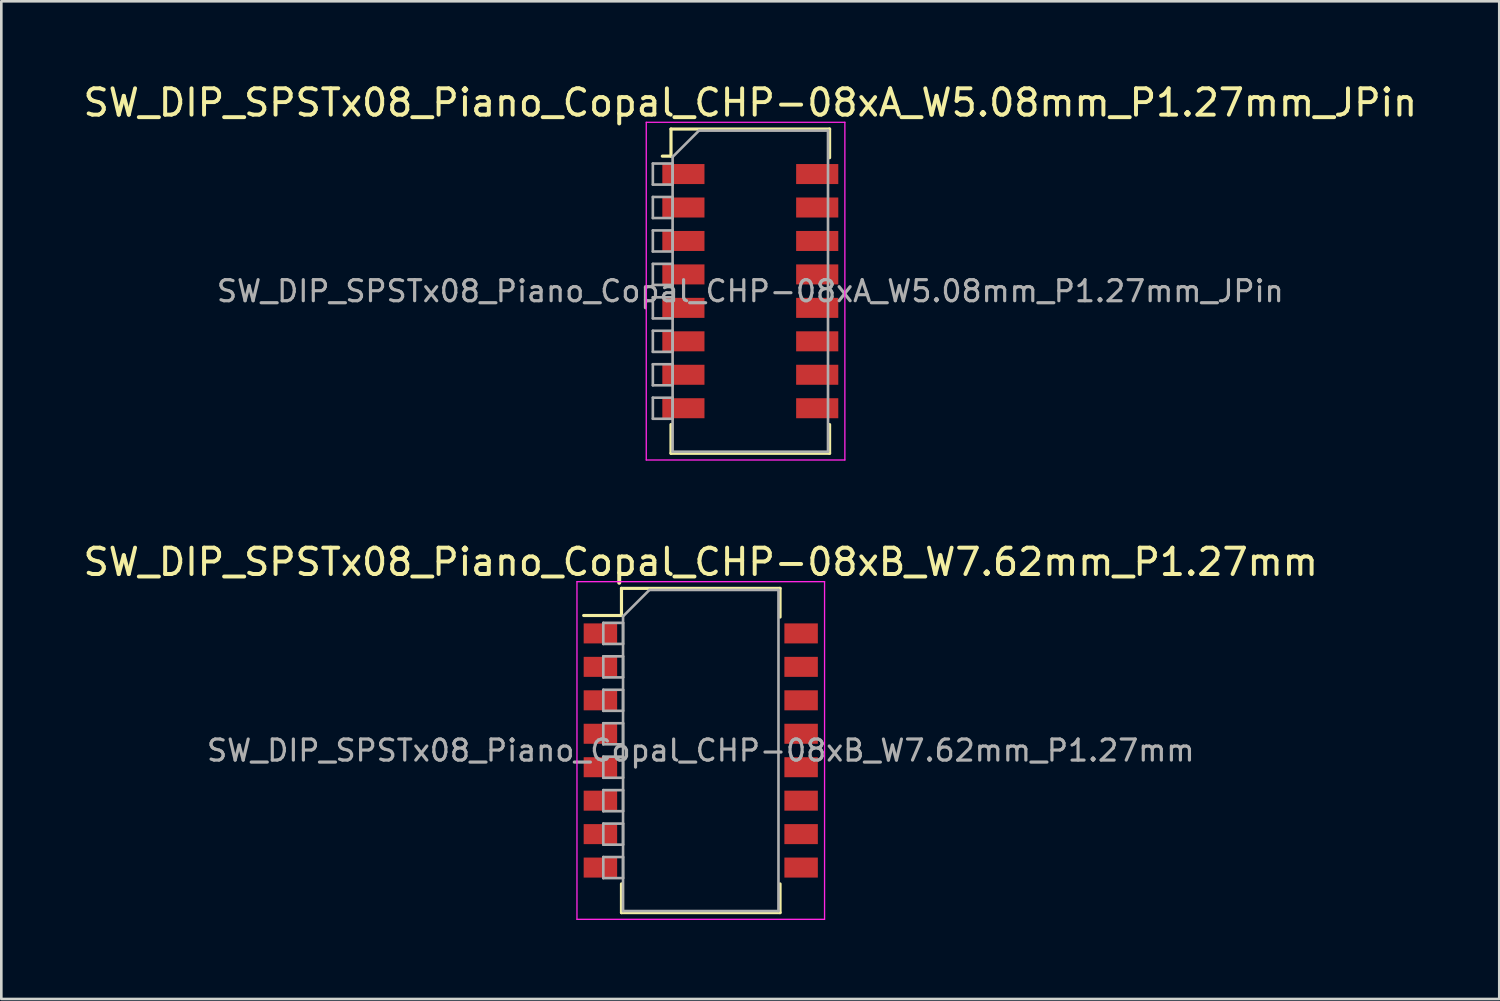
<source format=kicad_pcb>
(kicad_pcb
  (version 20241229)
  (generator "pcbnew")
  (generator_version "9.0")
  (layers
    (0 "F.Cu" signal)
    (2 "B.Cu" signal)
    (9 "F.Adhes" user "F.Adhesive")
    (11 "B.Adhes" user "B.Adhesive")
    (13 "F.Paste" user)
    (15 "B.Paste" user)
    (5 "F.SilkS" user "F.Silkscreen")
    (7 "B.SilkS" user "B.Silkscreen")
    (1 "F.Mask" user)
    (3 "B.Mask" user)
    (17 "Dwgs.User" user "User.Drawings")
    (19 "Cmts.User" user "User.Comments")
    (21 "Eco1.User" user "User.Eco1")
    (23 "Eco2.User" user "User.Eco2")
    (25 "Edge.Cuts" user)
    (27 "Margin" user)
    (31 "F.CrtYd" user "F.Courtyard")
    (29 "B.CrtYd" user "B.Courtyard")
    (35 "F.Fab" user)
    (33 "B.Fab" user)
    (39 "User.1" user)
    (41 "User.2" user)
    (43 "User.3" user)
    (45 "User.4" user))
  (footprint "SW_DIP_SPSTx08_Piano_Copal_CHP-08xB_W7.62mm_P1.27mm"
    (layer "F.Cu")
    (at 23.554 25.442)
    (property "Reference" "SW_DIP_SPSTx08_Piano_Copal_CHP-08xB_W7.62mm_P1.27mm" (at 0 -7.155 0) (layer "F.SilkS") (effects (font (size 1 1) (thickness 0.15))))
    (attr smd)
    (fp_line (start -4.445 -5.125) (end -3.01 -5.125) (stroke (width 0.12) (type solid)) (layer "F.SilkS"))
    (fp_line (start -3.01 -6.155) (end -3.01 -5.125) (stroke (width 0.12) (type solid)) (layer "F.SilkS"))
    (fp_line (start -3.01 -6.155) (end 3.01 -6.155) (stroke (width 0.12) (type solid)) (layer "F.SilkS"))
    (fp_line (start -3.01 5.065) (end -3.01 6.156) (stroke (width 0.12) (type solid)) (layer "F.SilkS"))
    (fp_line (start -3.01 6.156) (end 3.01 6.156) (stroke (width 0.12) (type solid)) (layer "F.SilkS"))
    (fp_line (start 3.01 -6.155) (end 3.01 -5.065) (stroke (width 0.12) (type solid)) (layer "F.SilkS"))
    (fp_line (start 3.01 5.065) (end 3.01 6.156) (stroke (width 0.12) (type solid)) (layer "F.SilkS"))
    (fp_line (start -4.7 -6.41) (end -4.7 6.41) (stroke (width 0.05) (type solid)) (layer "F.CrtYd"))
    (fp_line (start -4.7 6.41) (end 4.7 6.41) (stroke (width 0.05) (type solid)) (layer "F.CrtYd"))
    (fp_line (start 4.7 -6.41) (end -4.7 -6.41) (stroke (width 0.05) (type solid)) (layer "F.CrtYd"))
    (fp_line (start 4.7 6.41) (end 4.7 -6.41) (stroke (width 0.05) (type solid)) (layer "F.CrtYd"))
    (fp_line (start -3.7 -4.845) (end -2.95 -4.845) (stroke (width 0.1) (type solid)) (layer "F.Fab"))
    (fp_line (start -3.7 -4.045) (end -3.7 -4.845) (stroke (width 0.1) (type solid)) (layer "F.Fab"))
    (fp_line (start -3.7 -3.575) (end -2.95 -3.575) (stroke (width 0.1) (type solid)) (layer "F.Fab"))
    (fp_line (start -3.7 -2.775) (end -3.7 -3.575) (stroke (width 0.1) (type solid)) (layer "F.Fab"))
    (fp_line (start -3.7 -2.305) (end -2.95 -2.305) (stroke (width 0.1) (type solid)) (layer "F.Fab"))
    (fp_line (start -3.7 -1.505) (end -3.7 -2.305) (stroke (width 0.1) (type solid)) (layer "F.Fab"))
    (fp_line (start -3.7 -1.035) (end -2.95 -1.035) (stroke (width 0.1) (type solid)) (layer "F.Fab"))
    (fp_line (start -3.7 -0.235) (end -3.7 -1.035) (stroke (width 0.1) (type solid)) (layer "F.Fab"))
    (fp_line (start -3.7 0.235) (end -2.95 0.235) (stroke (width 0.1) (type solid)) (layer "F.Fab"))
    (fp_line (start -3.7 1.035) (end -3.7 0.235) (stroke (width 0.1) (type solid)) (layer "F.Fab"))
    (fp_line (start -3.7 1.505) (end -2.95 1.505) (stroke (width 0.1) (type solid)) (layer "F.Fab"))
    (fp_line (start -3.7 2.305) (end -3.7 1.505) (stroke (width 0.1) (type solid)) (layer "F.Fab"))
    (fp_line (start -3.7 2.775) (end -2.95 2.775) (stroke (width 0.1) (type solid)) (layer "F.Fab"))
    (fp_line (start -3.7 3.575) (end -3.7 2.775) (stroke (width 0.1) (type solid)) (layer "F.Fab"))
    (fp_line (start -3.7 4.045) (end -2.95 4.045) (stroke (width 0.1) (type solid)) (layer "F.Fab"))
    (fp_line (start -3.7 4.845) (end -3.7 4.045) (stroke (width 0.1) (type solid)) (layer "F.Fab"))
    (fp_line (start -2.95 -5.095) (end -1.95 -6.095) (stroke (width 0.1) (type solid)) (layer "F.Fab"))
    (fp_line (start -2.95 -4.845) (end -2.95 -4.045) (stroke (width 0.1) (type solid)) (layer "F.Fab"))
    (fp_line (start -2.95 -4.045) (end -3.7 -4.045) (stroke (width 0.1) (type solid)) (layer "F.Fab"))
    (fp_line (start -2.95 -3.575) (end -2.95 -2.775) (stroke (width 0.1) (type solid)) (layer "F.Fab"))
    (fp_line (start -2.95 -2.775) (end -3.7 -2.775) (stroke (width 0.1) (type solid)) (layer "F.Fab"))
    (fp_line (start -2.95 -2.305) (end -2.95 -1.505) (stroke (width 0.1) (type solid)) (layer "F.Fab"))
    (fp_line (start -2.95 -1.505) (end -3.7 -1.505) (stroke (width 0.1) (type solid)) (layer "F.Fab"))
    (fp_line (start -2.95 -1.035) (end -2.95 -0.235) (stroke (width 0.1) (type solid)) (layer "F.Fab"))
    (fp_line (start -2.95 -0.235) (end -3.7 -0.235) (stroke (width 0.1) (type solid)) (layer "F.Fab"))
    (fp_line (start -2.95 0.235) (end -2.95 1.035) (stroke (width 0.1) (type solid)) (layer "F.Fab"))
    (fp_line (start -2.95 1.035) (end -3.7 1.035) (stroke (width 0.1) (type solid)) (layer "F.Fab"))
    (fp_line (start -2.95 1.505) (end -2.95 2.305) (stroke (width 0.1) (type solid)) (layer "F.Fab"))
    (fp_line (start -2.95 2.305) (end -3.7 2.305) (stroke (width 0.1) (type solid)) (layer "F.Fab"))
    (fp_line (start -2.95 2.775) (end -2.95 3.575) (stroke (width 0.1) (type solid)) (layer "F.Fab"))
    (fp_line (start -2.95 3.575) (end -3.7 3.575) (stroke (width 0.1) (type solid)) (layer "F.Fab"))
    (fp_line (start -2.95 4.045) (end -2.95 4.845) (stroke (width 0.1) (type solid)) (layer "F.Fab"))
    (fp_line (start -2.95 4.845) (end -3.7 4.845) (stroke (width 0.1) (type solid)) (layer "F.Fab"))
    (fp_line (start -2.95 6.095) (end -2.95 -5.095) (stroke (width 0.1) (type solid)) (layer "F.Fab"))
    (fp_line (start -1.95 -6.095) (end 2.95 -6.095) (stroke (width 0.1) (type solid)) (layer "F.Fab"))
    (fp_line (start 2.95 -6.095) (end 2.95 6.095) (stroke (width 0.1) (type solid)) (layer "F.Fab"))
    (fp_line (start 2.95 6.095) (end -2.95 6.095) (stroke (width 0.1) (type solid)) (layer "F.Fab"))
    (fp_text user "${REFERENCE}" (at 0 0 0) (layer "F.Fab") (effects (font (size 0.8 0.8) (thickness 0.12))))
    (pad "1" smd rect (at -3.81 -4.445) (size 1.27 0.76) (layers "F.Cu" "F.Mask" "F.Paste"))
    (pad "2" smd rect (at -3.81 -3.175) (size 1.27 0.76) (layers "F.Cu" "F.Mask" "F.Paste"))
    (pad "3" smd rect (at -3.81 -1.905) (size 1.27 0.76) (layers "F.Cu" "F.Mask" "F.Paste"))
    (pad "4" smd rect (at -3.81 -0.635) (size 1.27 0.76) (layers "F.Cu" "F.Mask" "F.Paste"))
    (pad "5" smd rect (at -3.81 0.635) (size 1.27 0.76) (layers "F.Cu" "F.Mask" "F.Paste"))
    (pad "6" smd rect (at -3.81 1.905) (size 1.27 0.76) (layers "F.Cu" "F.Mask" "F.Paste"))
    (pad "7" smd rect (at -3.81 3.175) (size 1.27 0.76) (layers "F.Cu" "F.Mask" "F.Paste"))
    (pad "8" smd rect (at -3.81 4.445) (size 1.27 0.76) (layers "F.Cu" "F.Mask" "F.Paste"))
    (pad "9" smd rect (at 3.81 4.445) (size 1.27 0.76) (layers "F.Cu" "F.Mask" "F.Paste"))
    (pad "10" smd rect (at 3.81 3.175) (size 1.27 0.76) (layers "F.Cu" "F.Mask" "F.Paste"))
    (pad "11" smd rect (at 3.81 1.905) (size 1.27 0.76) (layers "F.Cu" "F.Mask" "F.Paste"))
    (pad "12" smd rect (at 3.81 0.635) (size 1.27 0.76) (layers "F.Cu" "F.Mask" "F.Paste"))
    (pad "13" smd rect (at 3.81 -0.635) (size 1.27 0.76) (layers "F.Cu" "F.Mask" "F.Paste"))
    (pad "14" smd rect (at 3.81 -1.905) (size 1.27 0.76) (layers "F.Cu" "F.Mask" "F.Paste"))
    (pad "15" smd rect (at 3.81 -3.175) (size 1.27 0.76) (layers "F.Cu" "F.Mask" "F.Paste"))
    (pad "16" smd rect (at 3.81 -4.445) (size 1.27 0.76) (layers "F.Cu" "F.Mask" "F.Paste")))
  (footprint "SW_DIP_SPSTx08_Piano_Copal_CHP-08xA_W5.08mm_P1.27mm_JPin"
    (layer "F.Cu")
    (at 25.435 8.003)
    (property "Reference" "SW_DIP_SPSTx08_Piano_Copal_CHP-08xA_W5.08mm_P1.27mm_JPin" (at 0 -7.155 0) (layer "F.SilkS") (effects (font (size 1 1) (thickness 0.15))))
    (attr smd)
    (fp_line (start -3.34 -5.125) (end -3.011 -5.125) (stroke (width 0.12) (type solid)) (layer "F.SilkS"))
    (fp_line (start -3.011 -6.155) (end -3.011 -5.125) (stroke (width 0.12) (type solid)) (layer "F.SilkS"))
    (fp_line (start -3.011 -6.155) (end 3.01 -6.155) (stroke (width 0.12) (type solid)) (layer "F.SilkS"))
    (fp_line (start -3.011 5.065) (end -3.011 6.156) (stroke (width 0.12) (type solid)) (layer "F.SilkS"))
    (fp_line (start -3.011 6.156) (end 3.01 6.156) (stroke (width 0.12) (type solid)) (layer "F.SilkS"))
    (fp_line (start 3.01 -6.155) (end 3.01 -5.065) (stroke (width 0.12) (type solid)) (layer "F.SilkS"))
    (fp_line (start 3.01 5.065) (end 3.01 6.156) (stroke (width 0.12) (type solid)) (layer "F.SilkS"))
    (fp_line (start -3.95 -6.41) (end -3.95 6.41) (stroke (width 0.05) (type solid)) (layer "F.CrtYd"))
    (fp_line (start -3.95 6.41) (end 3.59 6.41) (stroke (width 0.05) (type solid)) (layer "F.CrtYd"))
    (fp_line (start 3.59 -6.41) (end -3.95 -6.41) (stroke (width 0.05) (type solid)) (layer "F.CrtYd"))
    (fp_line (start 3.59 6.41) (end 3.59 -6.41) (stroke (width 0.05) (type solid)) (layer "F.CrtYd"))
    (fp_line (start -3.7 -4.845) (end -2.95 -4.845) (stroke (width 0.1) (type solid)) (layer "F.Fab"))
    (fp_line (start -3.7 -4.045) (end -3.7 -4.845) (stroke (width 0.1) (type solid)) (layer "F.Fab"))
    (fp_line (start -3.7 -3.575) (end -2.95 -3.575) (stroke (width 0.1) (type solid)) (layer "F.Fab"))
    (fp_line (start -3.7 -2.775) (end -3.7 -3.575) (stroke (width 0.1) (type solid)) (layer "F.Fab"))
    (fp_line (start -3.7 -2.305) (end -2.95 -2.305) (stroke (width 0.1) (type solid)) (layer "F.Fab"))
    (fp_line (start -3.7 -1.505) (end -3.7 -2.305) (stroke (width 0.1) (type solid)) (layer "F.Fab"))
    (fp_line (start -3.7 -1.035) (end -2.95 -1.035) (stroke (width 0.1) (type solid)) (layer "F.Fab"))
    (fp_line (start -3.7 -0.235) (end -3.7 -1.035) (stroke (width 0.1) (type solid)) (layer "F.Fab"))
    (fp_line (start -3.7 0.235) (end -2.95 0.235) (stroke (width 0.1) (type solid)) (layer "F.Fab"))
    (fp_line (start -3.7 1.035) (end -3.7 0.235) (stroke (width 0.1) (type solid)) (layer "F.Fab"))
    (fp_line (start -3.7 1.505) (end -2.95 1.505) (stroke (width 0.1) (type solid)) (layer "F.Fab"))
    (fp_line (start -3.7 2.305) (end -3.7 1.505) (stroke (width 0.1) (type solid)) (layer "F.Fab"))
    (fp_line (start -3.7 2.775) (end -2.95 2.775) (stroke (width 0.1) (type solid)) (layer "F.Fab"))
    (fp_line (start -3.7 3.575) (end -3.7 2.775) (stroke (width 0.1) (type solid)) (layer "F.Fab"))
    (fp_line (start -3.7 4.045) (end -2.95 4.045) (stroke (width 0.1) (type solid)) (layer "F.Fab"))
    (fp_line (start -3.7 4.845) (end -3.7 4.045) (stroke (width 0.1) (type solid)) (layer "F.Fab"))
    (fp_line (start -2.95 -5.095) (end -1.95 -6.095) (stroke (width 0.1) (type solid)) (layer "F.Fab"))
    (fp_line (start -2.95 -4.845) (end -2.95 -4.045) (stroke (width 0.1) (type solid)) (layer "F.Fab"))
    (fp_line (start -2.95 -4.045) (end -3.7 -4.045) (stroke (width 0.1) (type solid)) (layer "F.Fab"))
    (fp_line (start -2.95 -3.575) (end -2.95 -2.775) (stroke (width 0.1) (type solid)) (layer "F.Fab"))
    (fp_line (start -2.95 -2.775) (end -3.7 -2.775) (stroke (width 0.1) (type solid)) (layer "F.Fab"))
    (fp_line (start -2.95 -2.305) (end -2.95 -1.505) (stroke (width 0.1) (type solid)) (layer "F.Fab"))
    (fp_line (start -2.95 -1.505) (end -3.7 -1.505) (stroke (width 0.1) (type solid)) (layer "F.Fab"))
    (fp_line (start -2.95 -1.035) (end -2.95 -0.235) (stroke (width 0.1) (type solid)) (layer "F.Fab"))
    (fp_line (start -2.95 -0.235) (end -3.7 -0.235) (stroke (width 0.1) (type solid)) (layer "F.Fab"))
    (fp_line (start -2.95 0.235) (end -2.95 1.035) (stroke (width 0.1) (type solid)) (layer "F.Fab"))
    (fp_line (start -2.95 1.035) (end -3.7 1.035) (stroke (width 0.1) (type solid)) (layer "F.Fab"))
    (fp_line (start -2.95 1.505) (end -2.95 2.305) (stroke (width 0.1) (type solid)) (layer "F.Fab"))
    (fp_line (start -2.95 2.305) (end -3.7 2.305) (stroke (width 0.1) (type solid)) (layer "F.Fab"))
    (fp_line (start -2.95 2.775) (end -2.95 3.575) (stroke (width 0.1) (type solid)) (layer "F.Fab"))
    (fp_line (start -2.95 3.575) (end -3.7 3.575) (stroke (width 0.1) (type solid)) (layer "F.Fab"))
    (fp_line (start -2.95 4.045) (end -2.95 4.845) (stroke (width 0.1) (type solid)) (layer "F.Fab"))
    (fp_line (start -2.95 4.845) (end -3.7 4.845) (stroke (width 0.1) (type solid)) (layer "F.Fab"))
    (fp_line (start -2.95 6.095) (end -2.95 -5.095) (stroke (width 0.1) (type solid)) (layer "F.Fab"))
    (fp_line (start -1.95 -6.095) (end 2.95 -6.095) (stroke (width 0.1) (type solid)) (layer "F.Fab"))
    (fp_line (start 2.95 -6.095) (end 2.95 6.095) (stroke (width 0.1) (type solid)) (layer "F.Fab"))
    (fp_line (start 2.95 6.095) (end -2.95 6.095) (stroke (width 0.1) (type solid)) (layer "F.Fab"))
    (fp_text user "${REFERENCE}" (at 0 0 0) (layer "F.Fab") (effects (font (size 0.8 0.8) (thickness 0.12))))
    (pad "1" smd rect (at -2.54 -4.445) (size 1.6 0.76) (layers "F.Cu" "F.Mask" "F.Paste"))
    (pad "2" smd rect (at -2.54 -3.175) (size 1.6 0.76) (layers "F.Cu" "F.Mask" "F.Paste"))
    (pad "3" smd rect (at -2.54 -1.905) (size 1.6 0.76) (layers "F.Cu" "F.Mask" "F.Paste"))
    (pad "4" smd rect (at -2.54 -0.635) (size 1.6 0.76) (layers "F.Cu" "F.Mask" "F.Paste"))
    (pad "5" smd rect (at -2.54 0.635) (size 1.6 0.76) (layers "F.Cu" "F.Mask" "F.Paste"))
    (pad "6" smd rect (at -2.54 1.905) (size 1.6 0.76) (layers "F.Cu" "F.Mask" "F.Paste"))
    (pad "7" smd rect (at -2.54 3.175) (size 1.6 0.76) (layers "F.Cu" "F.Mask" "F.Paste"))
    (pad "8" smd rect (at -2.54 4.445) (size 1.6 0.76) (layers "F.Cu" "F.Mask" "F.Paste"))
    (pad "9" smd rect (at 2.54 4.445) (size 1.6 0.76) (layers "F.Cu" "F.Mask" "F.Paste"))
    (pad "10" smd rect (at 2.54 3.175) (size 1.6 0.76) (layers "F.Cu" "F.Mask" "F.Paste"))
    (pad "11" smd rect (at 2.54 1.905) (size 1.6 0.76) (layers "F.Cu" "F.Mask" "F.Paste"))
    (pad "12" smd rect (at 2.54 0.635) (size 1.6 0.76) (layers "F.Cu" "F.Mask" "F.Paste"))
    (pad "13" smd rect (at 2.54 -0.635) (size 1.6 0.76) (layers "F.Cu" "F.Mask" "F.Paste"))
    (pad "14" smd rect (at 2.54 -1.905) (size 1.6 0.76) (layers "F.Cu" "F.Mask" "F.Paste"))
    (pad "15" smd rect (at 2.54 -3.175) (size 1.6 0.76) (layers "F.Cu" "F.Mask" "F.Paste"))
    (pad "16" smd rect (at 2.54 -4.445) (size 1.6 0.76) (layers "F.Cu" "F.Mask" "F.Paste")))
  (gr_rect
    (start -3 -3)
    (end 53.869 34.877)
    (stroke (width 0.1) (type default))
    (fill no)
    (layer "Edge.Cuts")))
</source>
